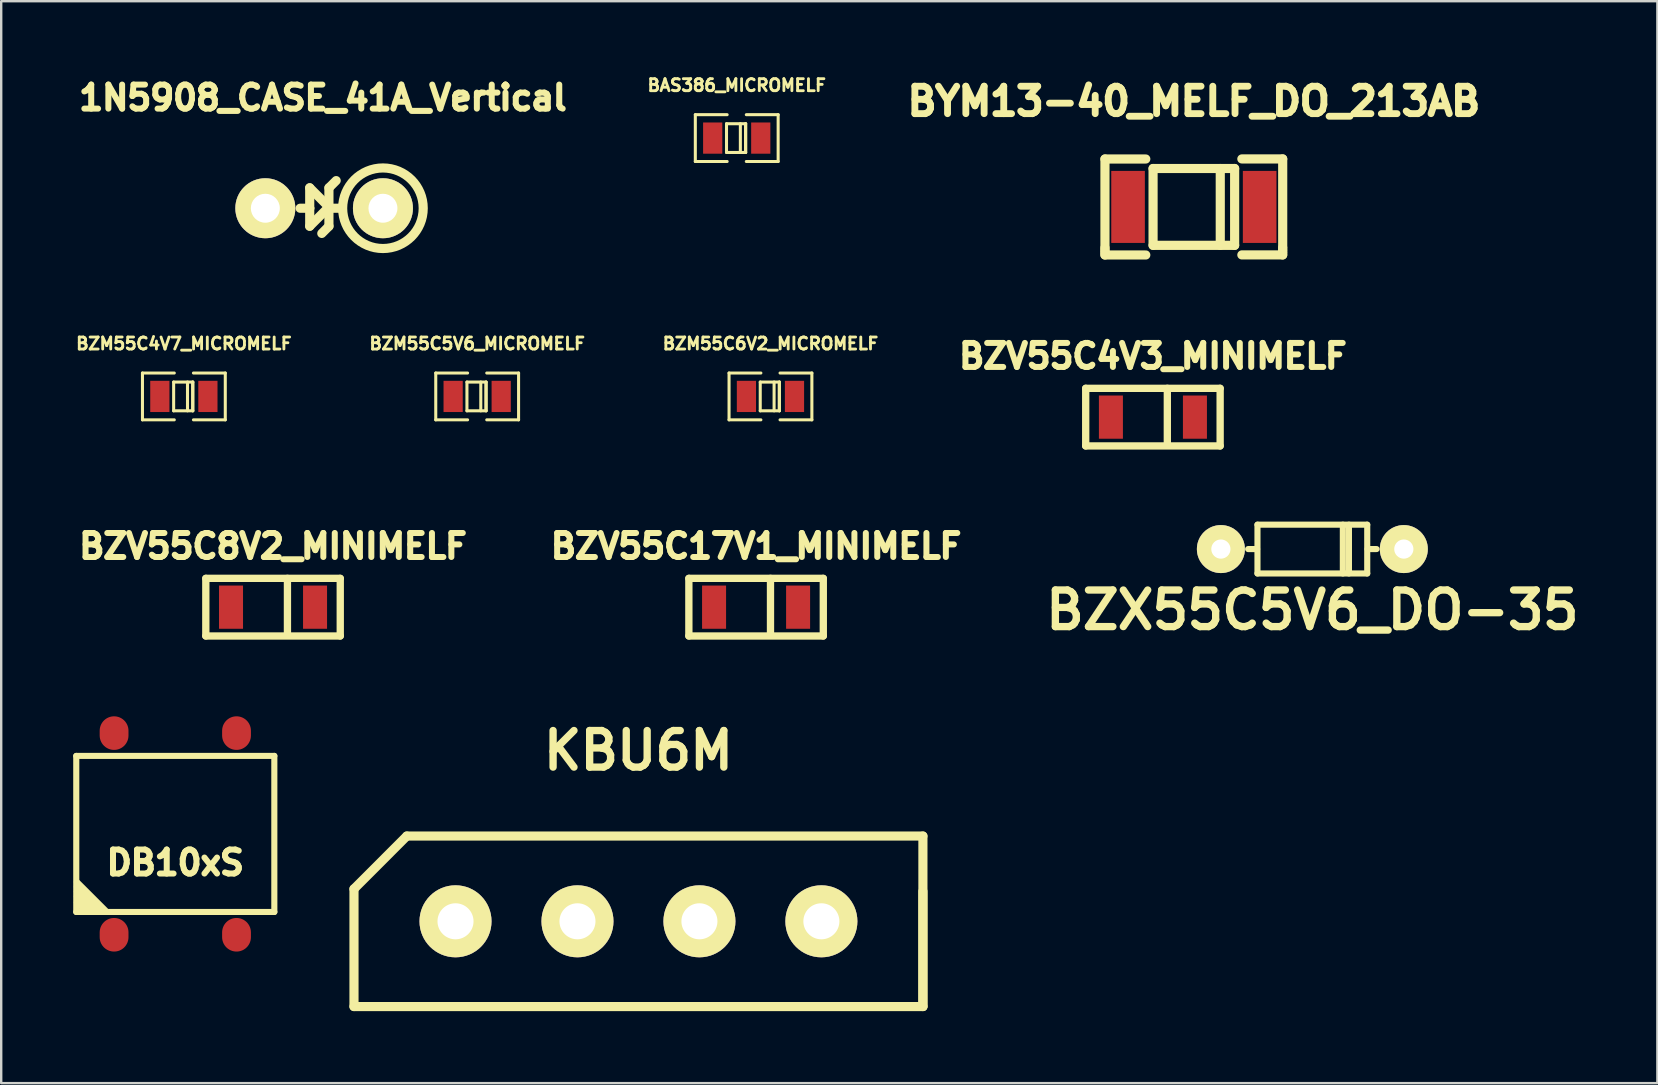
<source format=kicad_pcb>
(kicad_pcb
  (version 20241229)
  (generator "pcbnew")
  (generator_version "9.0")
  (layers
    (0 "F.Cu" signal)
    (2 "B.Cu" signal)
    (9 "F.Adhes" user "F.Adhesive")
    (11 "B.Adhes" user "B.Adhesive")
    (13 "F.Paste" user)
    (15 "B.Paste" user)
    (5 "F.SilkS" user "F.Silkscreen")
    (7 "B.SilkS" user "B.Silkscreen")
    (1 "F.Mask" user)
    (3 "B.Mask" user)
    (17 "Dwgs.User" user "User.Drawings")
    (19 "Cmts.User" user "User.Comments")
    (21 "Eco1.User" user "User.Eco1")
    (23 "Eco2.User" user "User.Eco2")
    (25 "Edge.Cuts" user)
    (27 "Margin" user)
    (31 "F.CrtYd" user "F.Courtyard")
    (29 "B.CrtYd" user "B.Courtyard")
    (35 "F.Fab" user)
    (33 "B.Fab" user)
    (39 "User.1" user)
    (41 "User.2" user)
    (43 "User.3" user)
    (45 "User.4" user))
  (footprint "BZV55C17V1_MINIMELF"
    (layer "F.Cu")
    (at 28.444 22.241)
    (property "Reference" "BZV55C17V1_MINIMELF" (at 0 -2.54 0) (layer "F.SilkS") (effects (font (size 1 1) (thickness 0.25))))
    (attr through_hole)
    (fp_line (start -2.8 -1.2) (end -2.8 1.2) (stroke (width 0.305) (type solid)) (layer "F.SilkS"))
    (fp_line (start -2.8 1.2) (end 2.8 1.2) (stroke (width 0.305) (type solid)) (layer "F.SilkS"))
    (fp_line (start 0.6 -1.2) (end 0.6 1.1) (stroke (width 0.305) (type solid)) (layer "F.SilkS"))
    (fp_line (start 2.8 -1.2) (end -2.8 -1.2) (stroke (width 0.305) (type solid)) (layer "F.SilkS"))
    (fp_line (start 2.8 1.2) (end 2.8 -1.2) (stroke (width 0.305) (type solid)) (layer "F.SilkS"))
    (pad "1" smd rect (at -1.75 0) (size 1 1.8) (layers "F.Cu" "F.Mask" "F.Paste"))
    (pad "2" smd rect (at 1.75 0) (size 1 1.8) (layers "F.Cu" "F.Mask" "F.Paste")))
  (footprint "1N5908_CASE_41A_Vertical"
    (layer "F.Cu")
    (at 10.402 5.624)
    (property "Reference" "1N5908_CASE_41A_Vertical" (at 0 -4.6 0) (layer "F.SilkS") (effects (font (size 1.001 1.001) (thickness 0.251))))
    (attr through_hole)
    (fp_line (start -0.551 -0.851) (end 0.249 -0.051) (stroke (width 0.381) (type solid)) (layer "F.SilkS"))
    (fp_line (start -0.551 0) (end -0.551 -0.851) (stroke (width 0.381) (type solid)) (layer "F.SilkS"))
    (fp_line (start -0.551 0.749) (end -0.551 0) (stroke (width 0.381) (type solid)) (layer "F.SilkS"))
    (fp_line (start -0.55 0) (end -0.95 0) (stroke (width 0.381) (type solid)) (layer "F.SilkS"))
    (fp_line (start 0.249 -0.851) (end 0.249 0.749) (stroke (width 0.381) (type solid)) (layer "F.SilkS"))
    (fp_line (start 0.249 -0.051) (end -0.551 0.749) (stroke (width 0.381) (type solid)) (layer "F.SilkS"))
    (fp_line (start 0.251 0.749) (end -0.048 1.049) (stroke (width 0.381) (type solid)) (layer "F.SilkS"))
    (fp_line (start 0.3 0) (end 0.8 0) (stroke (width 0.381) (type solid)) (layer "F.SilkS"))
    (fp_line (start 0.551 -1.151) (end 0.251 -0.851) (stroke (width 0.381) (type solid)) (layer "F.SilkS"))
    (fp_circle (center 2.499 0) (end 3.249 1.501) (stroke (width 0.381) (type solid)) (fill no) (layer "F.SilkS"))
    (pad "1" thru_hole circle (at -2.4 0) (size 2.499 2.499) (drill 1.206) (layers "*.Cu" "*.Mask" "F.SilkS"))
    (pad "2" thru_hole circle (at 2.499 0) (size 2.499 2.499) (drill 1.206) (layers "*.Cu" "*.Mask" "F.SilkS")))
  (footprint "DB10xS"
    (layer "F.Cu")
    (at 4.252 31.687)
    (property "Reference" "DB10xS" (at 0 1.2 0) (layer "F.SilkS") (effects (font (size 1 1) (thickness 0.25))))
    (attr through_hole)
    (fp_line (start -4.125 -3.25) (end -4.125 3.25) (stroke (width 0.254) (type solid)) (layer "F.SilkS"))
    (fp_line (start -4.125 3.25) (end 4.125 3.25) (stroke (width 0.254) (type solid)) (layer "F.SilkS"))
    (fp_line (start -4.1 2) (end -2.9 3.2) (stroke (width 0.254) (type solid)) (layer "F.SilkS"))
    (fp_line (start -4.1 2.2) (end -3.1 3.2) (stroke (width 0.254) (type solid)) (layer "F.SilkS"))
    (fp_line (start -4.1 2.4) (end -3.3 3.2) (stroke (width 0.254) (type solid)) (layer "F.SilkS"))
    (fp_line (start -4.1 2.6) (end -3.5 3.2) (stroke (width 0.254) (type solid)) (layer "F.SilkS"))
    (fp_line (start -4.1 2.85) (end -3.75 3.2) (stroke (width 0.254) (type solid)) (layer "F.SilkS"))
    (fp_line (start 4.125 -3.25) (end -4.125 -3.25) (stroke (width 0.254) (type solid)) (layer "F.SilkS"))
    (fp_line (start 4.125 3.25) (end 4.125 -3.25) (stroke (width 0.254) (type solid)) (layer "F.SilkS"))
    (pad "1" smd oval (at -2.55 -4.2) (size 1.2 1.4) (layers "F.Cu" "F.Mask" "F.Paste"))
    (pad "2" smd oval (at -2.55 4.2) (size 1.2 1.4) (layers "F.Cu" "F.Mask" "F.Paste"))
    (pad "3" smd oval (at 2.55 -4.2) (size 1.2 1.4) (layers "F.Cu" "F.Mask" "F.Paste"))
    (pad "4" smd oval (at 2.55 4.2) (size 1.2 1.4) (layers "F.Cu" "F.Mask" "F.Paste")))
  (footprint "BZX55C5V6_DO-35"
    (layer "F.Cu")
    (at 51.615 19.821)
    (property "Reference" "BZX55C5V6_DO-35" (at 0 2.54 0) (layer "F.SilkS") (effects (font (size 1.524 1.524) (thickness 0.305))))
    (attr through_hole)
    (fp_line (start -2.3 0) (end -2.675 0) (stroke (width 0.254) (type solid)) (layer "F.SilkS"))
    (fp_line (start -2.286 -1.016) (end 2.286 -1.016) (stroke (width 0.254) (type solid)) (layer "F.SilkS"))
    (fp_line (start -2.286 1.016) (end -2.286 -1.016) (stroke (width 0.254) (type solid)) (layer "F.SilkS"))
    (fp_line (start 1.27 -1.016) (end 1.27 1.016) (stroke (width 0.254) (type solid)) (layer "F.SilkS"))
    (fp_line (start 1.524 1.016) (end 1.524 -1.016) (stroke (width 0.254) (type solid)) (layer "F.SilkS"))
    (fp_line (start 2.286 -1.016) (end 2.286 1.016) (stroke (width 0.254) (type solid)) (layer "F.SilkS"))
    (fp_line (start 2.286 1.016) (end -2.286 1.016) (stroke (width 0.254) (type solid)) (layer "F.SilkS"))
    (fp_line (start 2.3 0) (end 2.675 0) (stroke (width 0.254) (type solid)) (layer "F.SilkS"))
    (pad "1" thru_hole circle (at -3.81 0) (size 1.999 1.999) (drill 0.8) (layers "*.Cu" "*.Mask" "F.SilkS"))
    (pad "2" thru_hole circle (at 3.81 0) (size 1.999 1.999) (drill 0.8) (layers "*.Cu" "*.Mask" "F.SilkS")))
  (footprint "BZV55C8V2_MINIMELF"
    (layer "F.Cu")
    (at 8.323 22.241)
    (property "Reference" "BZV55C8V2_MINIMELF" (at 0 -2.54 0) (layer "F.SilkS") (effects (font (size 1 1) (thickness 0.25))))
    (attr through_hole)
    (fp_line (start -2.8 -1.2) (end -2.8 1.2) (stroke (width 0.305) (type solid)) (layer "F.SilkS"))
    (fp_line (start -2.8 1.2) (end 2.8 1.2) (stroke (width 0.305) (type solid)) (layer "F.SilkS"))
    (fp_line (start 0.6 -1.2) (end 0.6 1.1) (stroke (width 0.305) (type solid)) (layer "F.SilkS"))
    (fp_line (start 2.8 -1.2) (end -2.8 -1.2) (stroke (width 0.305) (type solid)) (layer "F.SilkS"))
    (fp_line (start 2.8 1.2) (end 2.8 -1.2) (stroke (width 0.305) (type solid)) (layer "F.SilkS"))
    (pad "1" smd rect (at -1.75 0) (size 1 1.8) (layers "F.Cu" "F.Mask" "F.Paste"))
    (pad "2" smd rect (at 1.75 0) (size 1 1.8) (layers "F.Cu" "F.Mask" "F.Paste")))
  (footprint "BAS386_MICROMELF"
    (layer "F.Cu")
    (at 27.638 2.702)
    (property "Reference" "BAS386_MICROMELF" (at 0 -2.2 0) (layer "F.SilkS") (effects (font (size 0.5 0.5) (thickness 0.119))))
    (attr through_hole)
    (fp_line (start -1.725 -0.975) (end -1.725 0.975) (stroke (width 0.127) (type solid)) (layer "F.SilkS"))
    (fp_line (start -1.725 -0.975) (end -0.399 -0.975) (stroke (width 0.127) (type solid)) (layer "F.SilkS"))
    (fp_line (start -1.725 0.975) (end -0.399 0.975) (stroke (width 0.127) (type solid)) (layer "F.SilkS"))
    (fp_line (start -0.426 -0.599) (end -0.426 0.599) (stroke (width 0.127) (type solid)) (layer "F.SilkS"))
    (fp_line (start -0.426 0.599) (end 0.374 0.599) (stroke (width 0.127) (type solid)) (layer "F.SilkS"))
    (fp_line (start 0.151 -0.599) (end 0.151 0.599) (stroke (width 0.127) (type solid)) (layer "F.SilkS"))
    (fp_line (start 0.367 -0.597) (end 0.367 0.597) (stroke (width 0.127) (type solid)) (layer "F.SilkS"))
    (fp_line (start 0.374 -0.599) (end -0.426 -0.599) (stroke (width 0.127) (type solid)) (layer "F.SilkS"))
    (fp_line (start 0.374 0.599) (end 0.374 -0.599) (stroke (width 0.127) (type solid)) (layer "F.SilkS"))
    (fp_line (start 1.725 -0.975) (end 0.399 -0.975) (stroke (width 0.127) (type solid)) (layer "F.SilkS"))
    (fp_line (start 1.725 -0.975) (end 1.725 0.975) (stroke (width 0.127) (type solid)) (layer "F.SilkS"))
    (fp_line (start 1.725 0.975) (end 0.399 0.975) (stroke (width 0.127) (type solid)) (layer "F.SilkS"))
    (pad "1" smd rect (at -1.001 0) (size 0.8 1.3) (layers "F.Cu" "F.Mask" "F.Paste"))
    (pad "2" smd rect (at 1.001 0) (size 0.8 1.3) (layers "F.Cu" "F.Mask" "F.Paste")))
  (footprint "BZV55C4V3_MINIMELF"
    (layer "F.Cu")
    (at 44.974 14.325)
    (property "Reference" "BZV55C4V3_MINIMELF" (at 0 -2.54 0) (layer "F.SilkS") (effects (font (size 1 1) (thickness 0.25))))
    (attr through_hole)
    (fp_line (start -2.8 -1.2) (end -2.8 1.2) (stroke (width 0.305) (type solid)) (layer "F.SilkS"))
    (fp_line (start -2.8 1.2) (end 2.8 1.2) (stroke (width 0.305) (type solid)) (layer "F.SilkS"))
    (fp_line (start 0.6 -1.2) (end 0.6 1.1) (stroke (width 0.305) (type solid)) (layer "F.SilkS"))
    (fp_line (start 2.8 -1.2) (end -2.8 -1.2) (stroke (width 0.305) (type solid)) (layer "F.SilkS"))
    (fp_line (start 2.8 1.2) (end 2.8 -1.2) (stroke (width 0.305) (type solid)) (layer "F.SilkS"))
    (pad "1" smd rect (at -1.75 0) (size 1 1.8) (layers "F.Cu" "F.Mask" "F.Paste"))
    (pad "2" smd rect (at 1.75 0) (size 1 1.8) (layers "F.Cu" "F.Mask" "F.Paste")))
  (footprint "BZM55C4V7_MICROMELF"
    (layer "F.Cu")
    (at 4.609 13.463)
    (property "Reference" "BZM55C4V7_MICROMELF" (at 0 -2.2 0) (layer "F.SilkS") (effects (font (size 0.5 0.5) (thickness 0.119))))
    (attr through_hole)
    (fp_line (start -1.725 -0.975) (end -1.725 0.975) (stroke (width 0.127) (type solid)) (layer "F.SilkS"))
    (fp_line (start -1.725 -0.975) (end -0.399 -0.975) (stroke (width 0.127) (type solid)) (layer "F.SilkS"))
    (fp_line (start -1.725 0.975) (end -0.399 0.975) (stroke (width 0.127) (type solid)) (layer "F.SilkS"))
    (fp_line (start -0.426 -0.599) (end -0.426 0.599) (stroke (width 0.127) (type solid)) (layer "F.SilkS"))
    (fp_line (start -0.426 0.599) (end 0.374 0.599) (stroke (width 0.127) (type solid)) (layer "F.SilkS"))
    (fp_line (start 0.151 -0.599) (end 0.151 0.599) (stroke (width 0.127) (type solid)) (layer "F.SilkS"))
    (fp_line (start 0.367 -0.597) (end 0.367 0.597) (stroke (width 0.127) (type solid)) (layer "F.SilkS"))
    (fp_line (start 0.374 -0.599) (end -0.426 -0.599) (stroke (width 0.127) (type solid)) (layer "F.SilkS"))
    (fp_line (start 0.374 0.599) (end 0.374 -0.599) (stroke (width 0.127) (type solid)) (layer "F.SilkS"))
    (fp_line (start 1.725 -0.975) (end 0.399 -0.975) (stroke (width 0.127) (type solid)) (layer "F.SilkS"))
    (fp_line (start 1.725 -0.975) (end 1.725 0.975) (stroke (width 0.127) (type solid)) (layer "F.SilkS"))
    (fp_line (start 1.725 0.975) (end 0.399 0.975) (stroke (width 0.127) (type solid)) (layer "F.SilkS"))
    (pad "1" smd rect (at -1.001 0) (size 0.8 1.3) (layers "F.Cu" "F.Mask" "F.Paste"))
    (pad "2" smd rect (at 1.001 0) (size 0.8 1.3) (layers "F.Cu" "F.Mask" "F.Paste")))
  (footprint "BZM55C5V6_MICROMELF"
    (layer "F.Cu")
    (at 16.826 13.463)
    (property "Reference" "BZM55C5V6_MICROMELF" (at 0 -2.2 0) (layer "F.SilkS") (effects (font (size 0.5 0.5) (thickness 0.119))))
    (attr through_hole)
    (fp_line (start -1.725 -0.975) (end -1.725 0.975) (stroke (width 0.127) (type solid)) (layer "F.SilkS"))
    (fp_line (start -1.725 -0.975) (end -0.399 -0.975) (stroke (width 0.127) (type solid)) (layer "F.SilkS"))
    (fp_line (start -1.725 0.975) (end -0.399 0.975) (stroke (width 0.127) (type solid)) (layer "F.SilkS"))
    (fp_line (start -0.426 -0.599) (end -0.426 0.599) (stroke (width 0.127) (type solid)) (layer "F.SilkS"))
    (fp_line (start -0.426 0.599) (end 0.374 0.599) (stroke (width 0.127) (type solid)) (layer "F.SilkS"))
    (fp_line (start 0.151 -0.599) (end 0.151 0.599) (stroke (width 0.127) (type solid)) (layer "F.SilkS"))
    (fp_line (start 0.367 -0.597) (end 0.367 0.597) (stroke (width 0.127) (type solid)) (layer "F.SilkS"))
    (fp_line (start 0.374 -0.599) (end -0.426 -0.599) (stroke (width 0.127) (type solid)) (layer "F.SilkS"))
    (fp_line (start 0.374 0.599) (end 0.374 -0.599) (stroke (width 0.127) (type solid)) (layer "F.SilkS"))
    (fp_line (start 1.725 -0.975) (end 0.399 -0.975) (stroke (width 0.127) (type solid)) (layer "F.SilkS"))
    (fp_line (start 1.725 -0.975) (end 1.725 0.975) (stroke (width 0.127) (type solid)) (layer "F.SilkS"))
    (fp_line (start 1.725 0.975) (end 0.399 0.975) (stroke (width 0.127) (type solid)) (layer "F.SilkS"))
    (pad "1" smd rect (at -1.001 0) (size 0.8 1.3) (layers "F.Cu" "F.Mask" "F.Paste"))
    (pad "2" smd rect (at 1.001 0) (size 0.8 1.3) (layers "F.Cu" "F.Mask" "F.Paste")))
  (footprint "BZM55C6V2_MICROMELF"
    (layer "F.Cu")
    (at 29.043 13.463)
    (property "Reference" "BZM55C6V2_MICROMELF" (at 0 -2.2 0) (layer "F.SilkS") (effects (font (size 0.5 0.5) (thickness 0.119))))
    (attr through_hole)
    (fp_line (start -1.725 -0.975) (end -1.725 0.975) (stroke (width 0.127) (type solid)) (layer "F.SilkS"))
    (fp_line (start -1.725 -0.975) (end -0.399 -0.975) (stroke (width 0.127) (type solid)) (layer "F.SilkS"))
    (fp_line (start -1.725 0.975) (end -0.399 0.975) (stroke (width 0.127) (type solid)) (layer "F.SilkS"))
    (fp_line (start -0.426 -0.599) (end -0.426 0.599) (stroke (width 0.127) (type solid)) (layer "F.SilkS"))
    (fp_line (start -0.426 0.599) (end 0.374 0.599) (stroke (width 0.127) (type solid)) (layer "F.SilkS"))
    (fp_line (start 0.151 -0.599) (end 0.151 0.599) (stroke (width 0.127) (type solid)) (layer "F.SilkS"))
    (fp_line (start 0.367 -0.597) (end 0.367 0.597) (stroke (width 0.127) (type solid)) (layer "F.SilkS"))
    (fp_line (start 0.374 -0.599) (end -0.426 -0.599) (stroke (width 0.127) (type solid)) (layer "F.SilkS"))
    (fp_line (start 0.374 0.599) (end 0.374 -0.599) (stroke (width 0.127) (type solid)) (layer "F.SilkS"))
    (fp_line (start 1.725 -0.975) (end 0.399 -0.975) (stroke (width 0.127) (type solid)) (layer "F.SilkS"))
    (fp_line (start 1.725 -0.975) (end 1.725 0.975) (stroke (width 0.127) (type solid)) (layer "F.SilkS"))
    (fp_line (start 1.725 0.975) (end 0.399 0.975) (stroke (width 0.127) (type solid)) (layer "F.SilkS"))
    (pad "1" smd rect (at -1.001 0) (size 0.8 1.3) (layers "F.Cu" "F.Mask" "F.Paste"))
    (pad "2" smd rect (at 1.001 0) (size 0.8 1.3) (layers "F.Cu" "F.Mask" "F.Paste")))
  (footprint "KBU6M"
    (layer "F.Cu")
    (at 23.544 35.326)
    (property "Reference" "KBU6M" (at 0 -7.112 0) (layer "F.SilkS") (effects (font (size 1.524 1.524) (thickness 0.305))))
    (attr through_hole)
    (fp_line (start -11.849 -1.349) (end -11.849 3.551) (stroke (width 0.381) (type solid)) (layer "F.SilkS"))
    (fp_line (start -11.849 -1.349) (end -9.649 -3.551) (stroke (width 0.381) (type solid)) (layer "F.SilkS"))
    (fp_line (start -11.849 3.551) (end 11.849 3.551) (stroke (width 0.381) (type solid)) (layer "F.SilkS"))
    (fp_line (start 11.849 -3.551) (end -9.649 -3.551) (stroke (width 0.381) (type solid)) (layer "F.SilkS"))
    (fp_line (start 11.849 -1.25) (end 11.849 3.551) (stroke (width 0.381) (type solid)) (layer "F.SilkS"))
    (fp_line (start 11.849 3.551) (end 11.849 -3.551) (stroke (width 0.381) (type solid)) (layer "F.SilkS"))
    (pad "1" thru_hole circle (at 7.62 0) (size 3 3) (drill 1.501) (layers "*.Cu" "*.Mask" "F.SilkS"))
    (pad "2" thru_hole circle (at -2.54 0) (size 3 3) (drill 1.501) (layers "*.Cu" "*.Mask" "F.SilkS"))
    (pad "3" thru_hole circle (at -7.62 0) (size 3 3) (drill 1.501) (layers "*.Cu" "*.Mask" "F.SilkS"))
    (pad "4" thru_hole circle (at 2.54 0) (size 3 3) (drill 1.501) (layers "*.Cu" "*.Mask" "F.SilkS")))
  (footprint "BYM13-40_MELF_DO_213AB"
    (layer "F.Cu")
    (at 46.679 5.569)
    (property "Reference" "BYM13-40_MELF_DO_213AB" (at 0 -4.399 0) (layer "F.SilkS") (effects (font (size 1.143 1.143) (thickness 0.287))))
    (attr through_hole)
    (fp_line (start -3.703 -1.996) (end -3.703 1.702) (stroke (width 0.381) (type solid)) (layer "F.SilkS"))
    (fp_line (start -3.703 1.702) (end -3.703 1.803) (stroke (width 0.381) (type solid)) (layer "F.SilkS"))
    (fp_line (start -3.703 1.803) (end -3.703 1.902) (stroke (width 0.381) (type solid)) (layer "F.SilkS"))
    (fp_line (start -3.703 1.902) (end -3.703 2.002) (stroke (width 0.381) (type solid)) (layer "F.SilkS"))
    (fp_line (start -3.703 2.002) (end -2.002 2.002) (stroke (width 0.381) (type solid)) (layer "F.SilkS"))
    (fp_line (start -2.002 -1.996) (end -3.703 -1.996) (stroke (width 0.381) (type solid)) (layer "F.SilkS"))
    (fp_line (start -1.699 -1.6) (end -1.699 1.6) (stroke (width 0.381) (type solid)) (layer "F.SilkS"))
    (fp_line (start -1.699 1.6) (end 1.699 1.6) (stroke (width 0.381) (type solid)) (layer "F.SilkS"))
    (fp_line (start 1.1 -1.6) (end 1.1 1.6) (stroke (width 0.381) (type solid)) (layer "F.SilkS"))
    (fp_line (start 1.699 -1.6) (end -1.699 -1.6) (stroke (width 0.381) (type solid)) (layer "F.SilkS"))
    (fp_line (start 1.699 1.6) (end 1.699 -1.6) (stroke (width 0.381) (type solid)) (layer "F.SilkS"))
    (fp_line (start 1.999 -1.999) (end 3.701 -1.999) (stroke (width 0.381) (type solid)) (layer "F.SilkS"))
    (fp_line (start 3.701 -1.999) (end 3.701 1.699) (stroke (width 0.381) (type solid)) (layer "F.SilkS"))
    (fp_line (start 3.701 1.699) (end 3.701 1.801) (stroke (width 0.381) (type solid)) (layer "F.SilkS"))
    (fp_line (start 3.701 1.801) (end 3.701 1.9) (stroke (width 0.381) (type solid)) (layer "F.SilkS"))
    (fp_line (start 3.701 1.9) (end 3.701 1.999) (stroke (width 0.381) (type solid)) (layer "F.SilkS"))
    (fp_line (start 3.701 1.999) (end 1.999 1.999) (stroke (width 0.381) (type solid)) (layer "F.SilkS"))
    (pad "1" smd rect (at -2.741 0) (size 1.4 3) (layers "F.Cu" "F.Mask" "F.Paste"))
    (pad "2" smd rect (at 2.741 0) (size 1.4 3) (layers "F.Cu" "F.Mask" "F.Paste")))
  (gr_rect
    (start -3 -3)
    (end 65.987 42.067)
    (stroke (width 0.1) (type default))
    (fill no)
    (layer "Edge.Cuts")))
</source>
